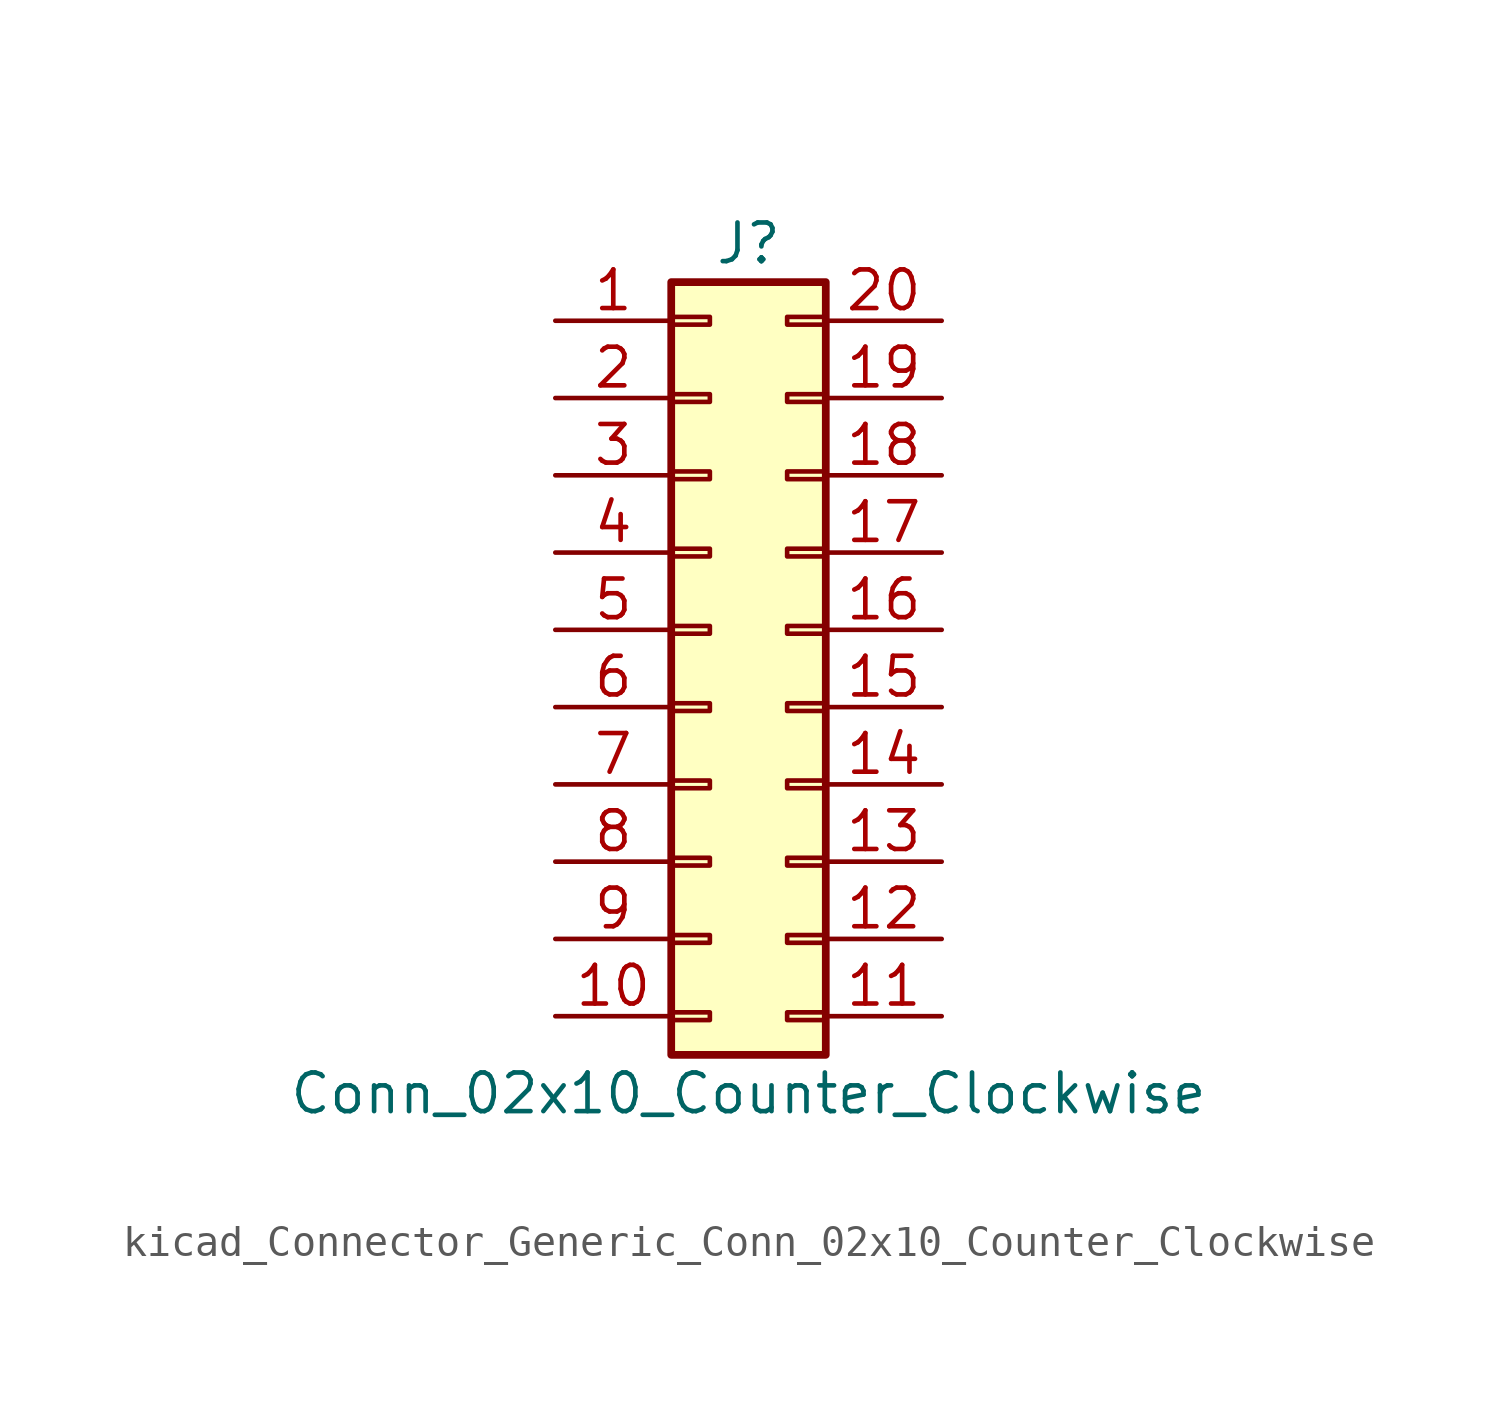
<source format=kicad_sym>
(kicad_symbol_lib
  (version 20220914)
  (generator kicad_symbol_editor)
  (symbol "kicad_Connector_Generic_Conn_02x10_Counter_Clockwise"
    (pin_names
      (offset 1.016) hide)
    (property "Reference" "J"
      (at 1.27 12.7 0)
      (effects (font (size 1.27 1.27))))
    (property "Value" "Conn_02x10_Counter_Clockwise"
      (at 1.27 -15.24 0)
      (effects (font (size 1.27 1.27))))
    (symbol "kicad_Connector_Generic_Conn_02x10_Counter_Clockwise_1_1"
      (rectangle (start -1.27 -12.573) (end 0 -12.827) (stroke (width 0.152) (type default)) (fill (type none)))
      (rectangle (start -1.27 -10.033) (end 0 -10.287) (stroke (width 0.152) (type default)) (fill (type none)))
      (rectangle (start -1.27 -7.493) (end 0 -7.747) (stroke (width 0.152) (type default)) (fill (type none)))
      (rectangle (start -1.27 -4.953) (end 0 -5.207) (stroke (width 0.152) (type default)) (fill (type none)))
      (rectangle (start -1.27 -2.413) (end 0 -2.667) (stroke (width 0.152) (type default)) (fill (type none)))
      (rectangle (start -1.27 0.127) (end 0 -0.127) (stroke (width 0.152) (type default)) (fill (type none)))
      (rectangle (start -1.27 2.667) (end 0 2.413) (stroke (width 0.152) (type default)) (fill (type none)))
      (rectangle (start -1.27 5.207) (end 0 4.953) (stroke (width 0.152) (type default)) (fill (type none)))
      (rectangle (start -1.27 7.747) (end 0 7.493) (stroke (width 0.152) (type default)) (fill (type none)))
      (rectangle (start -1.27 10.287) (end 0 10.033) (stroke (width 0.152) (type default)) (fill (type none)))
      (rectangle (start -1.27 11.43) (end 3.81 -13.97) (stroke (width 0.254) (type default)) (fill (type background)))
      (rectangle (start 3.81 -12.573) (end 2.54 -12.827) (stroke (width 0.152) (type default)) (fill (type none)))
      (rectangle (start 3.81 -10.033) (end 2.54 -10.287) (stroke (width 0.152) (type default)) (fill (type none)))
      (rectangle (start 3.81 -7.493) (end 2.54 -7.747) (stroke (width 0.152) (type default)) (fill (type none)))
      (rectangle (start 3.81 -4.953) (end 2.54 -5.207) (stroke (width 0.152) (type default)) (fill (type none)))
      (rectangle (start 3.81 -2.413) (end 2.54 -2.667) (stroke (width 0.152) (type default)) (fill (type none)))
      (rectangle (start 3.81 0.127) (end 2.54 -0.127) (stroke (width 0.152) (type default)) (fill (type none)))
      (rectangle (start 3.81 2.667) (end 2.54 2.413) (stroke (width 0.152) (type default)) (fill (type none)))
      (rectangle (start 3.81 5.207) (end 2.54 4.953) (stroke (width 0.152) (type default)) (fill (type none)))
      (rectangle (start 3.81 7.747) (end 2.54 7.493) (stroke (width 0.152) (type default)) (fill (type none)))
      (rectangle (start 3.81 10.287) (end 2.54 10.033) (stroke (width 0.152) (type default)) (fill (type none)))
      (pin passive line (at -5.08 10.16 0) (length 3.81) (name "Pin_1" (effects (font (size 1.27 1.27)))) (number "1" (effects (font (size 1.27 1.27)))))
      (pin passive line (at -5.08 -12.7 0) (length 3.81) (name "Pin_10" (effects (font (size 1.27 1.27)))) (number "10" (effects (font (size 1.27 1.27)))))
      (pin passive line (at 7.62 -12.7 180) (length 3.81) (name "Pin_11" (effects (font (size 1.27 1.27)))) (number "11" (effects (font (size 1.27 1.27)))))
      (pin passive line (at 7.62 -10.16 180) (length 3.81) (name "Pin_12" (effects (font (size 1.27 1.27)))) (number "12" (effects (font (size 1.27 1.27)))))
      (pin passive line (at 7.62 -7.62 180) (length 3.81) (name "Pin_13" (effects (font (size 1.27 1.27)))) (number "13" (effects (font (size 1.27 1.27)))))
      (pin passive line (at 7.62 -5.08 180) (length 3.81) (name "Pin_14" (effects (font (size 1.27 1.27)))) (number "14" (effects (font (size 1.27 1.27)))))
      (pin passive line (at 7.62 -2.54 180) (length 3.81) (name "Pin_15" (effects (font (size 1.27 1.27)))) (number "15" (effects (font (size 1.27 1.27)))))
      (pin passive line (at 7.62 0 180) (length 3.81) (name "Pin_16" (effects (font (size 1.27 1.27)))) (number "16" (effects (font (size 1.27 1.27)))))
      (pin passive line (at 7.62 2.54 180) (length 3.81) (name "Pin_17" (effects (font (size 1.27 1.27)))) (number "17" (effects (font (size 1.27 1.27)))))
      (pin passive line (at 7.62 5.08 180) (length 3.81) (name "Pin_18" (effects (font (size 1.27 1.27)))) (number "18" (effects (font (size 1.27 1.27)))))
      (pin passive line (at 7.62 7.62 180) (length 3.81) (name "Pin_19" (effects (font (size 1.27 1.27)))) (number "19" (effects (font (size 1.27 1.27)))))
      (pin passive line (at -5.08 7.62 0) (length 3.81) (name "Pin_2" (effects (font (size 1.27 1.27)))) (number "2" (effects (font (size 1.27 1.27)))))
      (pin passive line (at 7.62 10.16 180) (length 3.81) (name "Pin_20" (effects (font (size 1.27 1.27)))) (number "20" (effects (font (size 1.27 1.27)))))
      (pin passive line (at -5.08 5.08 0) (length 3.81) (name "Pin_3" (effects (font (size 1.27 1.27)))) (number "3" (effects (font (size 1.27 1.27)))))
      (pin passive line (at -5.08 2.54 0) (length 3.81) (name "Pin_4" (effects (font (size 1.27 1.27)))) (number "4" (effects (font (size 1.27 1.27)))))
      (pin passive line (at -5.08 0 0) (length 3.81) (name "Pin_5" (effects (font (size 1.27 1.27)))) (number "5" (effects (font (size 1.27 1.27)))))
      (pin passive line (at -5.08 -2.54 0) (length 3.81) (name "Pin_6" (effects (font (size 1.27 1.27)))) (number "6" (effects (font (size 1.27 1.27)))))
      (pin passive line (at -5.08 -5.08 0) (length 3.81) (name "Pin_7" (effects (font (size 1.27 1.27)))) (number "7" (effects (font (size 1.27 1.27)))))
      (pin passive line (at -5.08 -7.62 0) (length 3.81) (name "Pin_8" (effects (font (size 1.27 1.27)))) (number "8" (effects (font (size 1.27 1.27)))))
      (pin passive line (at -5.08 -10.16 0) (length 3.81) (name "Pin_9" (effects (font (size 1.27 1.27)))) (number "9" (effects (font (size 1.27 1.27))))))))
</source>
